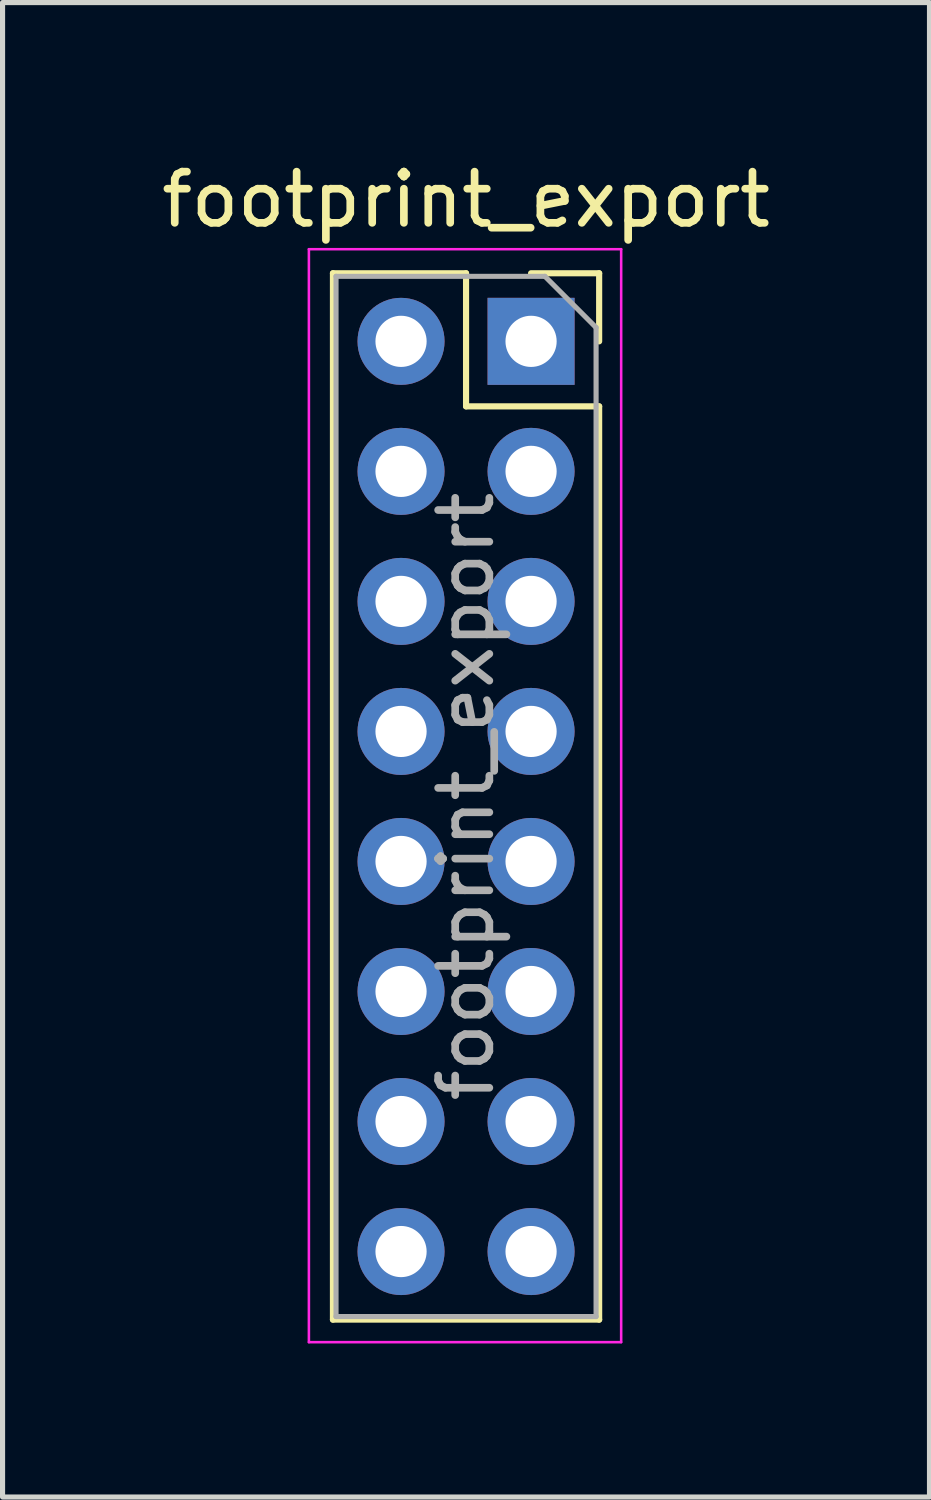
<source format=kicad_pcb>
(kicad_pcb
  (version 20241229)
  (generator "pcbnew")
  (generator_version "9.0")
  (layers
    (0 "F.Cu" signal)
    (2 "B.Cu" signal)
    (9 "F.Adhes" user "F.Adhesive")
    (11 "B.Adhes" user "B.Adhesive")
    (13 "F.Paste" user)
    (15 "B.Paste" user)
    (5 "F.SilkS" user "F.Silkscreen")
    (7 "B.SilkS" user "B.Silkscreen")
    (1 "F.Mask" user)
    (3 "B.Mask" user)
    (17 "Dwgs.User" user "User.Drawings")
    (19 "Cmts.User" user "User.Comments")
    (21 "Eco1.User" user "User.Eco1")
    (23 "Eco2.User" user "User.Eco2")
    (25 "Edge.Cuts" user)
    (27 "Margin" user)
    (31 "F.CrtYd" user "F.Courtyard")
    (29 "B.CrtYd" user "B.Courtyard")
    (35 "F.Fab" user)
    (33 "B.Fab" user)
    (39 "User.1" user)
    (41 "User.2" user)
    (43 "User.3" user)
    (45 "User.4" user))
  (footprint "footprint_export"
    (layer "F.Cu")
    (at 7.324 3.618)
    (property "Reference" "footprint_export" (at -1.27 -2.77 0) (layer "F.SilkS") (effects (font (size 1 1) (thickness 0.15))))
    (attr through_hole)
    (fp_line (start -3.87 -1.33) (end -3.87 19.11) (stroke (width 0.12) (type solid)) (layer "F.SilkS"))
    (fp_line (start -3.87 -1.33) (end -1.27 -1.33) (stroke (width 0.12) (type solid)) (layer "F.SilkS"))
    (fp_line (start -3.87 19.11) (end 1.33 19.11) (stroke (width 0.12) (type solid)) (layer "F.SilkS"))
    (fp_line (start -1.27 -1.33) (end -1.27 1.27) (stroke (width 0.12) (type solid)) (layer "F.SilkS"))
    (fp_line (start -1.27 1.27) (end 1.33 1.27) (stroke (width 0.12) (type solid)) (layer "F.SilkS"))
    (fp_line (start 0 -1.33) (end 1.33 -1.33) (stroke (width 0.12) (type solid)) (layer "F.SilkS"))
    (fp_line (start 1.33 -1.33) (end 1.33 0) (stroke (width 0.12) (type solid)) (layer "F.SilkS"))
    (fp_line (start 1.33 1.27) (end 1.33 19.11) (stroke (width 0.12) (type solid)) (layer "F.SilkS"))
    (fp_line (start -4.34 -1.8) (end 1.76 -1.8) (stroke (width 0.05) (type solid)) (layer "F.CrtYd"))
    (fp_line (start -4.34 19.55) (end -4.34 -1.8) (stroke (width 0.05) (type solid)) (layer "F.CrtYd"))
    (fp_line (start 1.76 -1.8) (end 1.76 19.55) (stroke (width 0.05) (type solid)) (layer "F.CrtYd"))
    (fp_line (start 1.76 19.55) (end -4.34 19.55) (stroke (width 0.05) (type solid)) (layer "F.CrtYd"))
    (fp_line (start -3.81 -1.27) (end 0.27 -1.27) (stroke (width 0.1) (type solid)) (layer "F.Fab"))
    (fp_line (start -3.81 19.05) (end -3.81 -1.27) (stroke (width 0.1) (type solid)) (layer "F.Fab"))
    (fp_line (start 0.27 -1.27) (end 1.27 -0.27) (stroke (width 0.1) (type solid)) (layer "F.Fab"))
    (fp_line (start 1.27 -0.27) (end 1.27 19.05) (stroke (width 0.1) (type solid)) (layer "F.Fab"))
    (fp_line (start 1.27 19.05) (end -3.81 19.05) (stroke (width 0.1) (type solid)) (layer "F.Fab"))
    (fp_text user "${REFERENCE}" (at -1.27 8.89 90) (layer "F.Fab") (effects (font (size 1 1) (thickness 0.15))))
    (pad "1" thru_hole rect (at 0 0) (size 1.7 1.7) (drill 1) (layers "*.Cu" "*.Mask"))
    (pad "2" thru_hole oval (at -2.54 0) (size 1.7 1.7) (drill 1) (layers "*.Cu" "*.Mask"))
    (pad "3" thru_hole oval (at 0 2.54) (size 1.7 1.7) (drill 1) (layers "*.Cu" "*.Mask"))
    (pad "4" thru_hole oval (at -2.54 2.54) (size 1.7 1.7) (drill 1) (layers "*.Cu" "*.Mask"))
    (pad "5" thru_hole oval (at 0 5.08) (size 1.7 1.7) (drill 1) (layers "*.Cu" "*.Mask"))
    (pad "6" thru_hole oval (at -2.54 5.08) (size 1.7 1.7) (drill 1) (layers "*.Cu" "*.Mask"))
    (pad "7" thru_hole oval (at 0 7.62) (size 1.7 1.7) (drill 1) (layers "*.Cu" "*.Mask"))
    (pad "8" thru_hole oval (at -2.54 7.62) (size 1.7 1.7) (drill 1) (layers "*.Cu" "*.Mask"))
    (pad "9" thru_hole oval (at 0 10.16) (size 1.7 1.7) (drill 1) (layers "*.Cu" "*.Mask"))
    (pad "10" thru_hole oval (at -2.54 10.16) (size 1.7 1.7) (drill 1) (layers "*.Cu" "*.Mask"))
    (pad "11" thru_hole oval (at 0 12.7) (size 1.7 1.7) (drill 1) (layers "*.Cu" "*.Mask"))
    (pad "12" thru_hole oval (at -2.54 12.7) (size 1.7 1.7) (drill 1) (layers "*.Cu" "*.Mask"))
    (pad "13" thru_hole oval (at 0 15.24) (size 1.7 1.7) (drill 1) (layers "*.Cu" "*.Mask"))
    (pad "14" thru_hole oval (at -2.54 15.24) (size 1.7 1.7) (drill 1) (layers "*.Cu" "*.Mask"))
    (pad "15" thru_hole oval (at 0 17.78) (size 1.7 1.7) (drill 1) (layers "*.Cu" "*.Mask"))
    (pad "16" thru_hole oval (at -2.54 17.78) (size 1.7 1.7) (drill 1) (layers "*.Cu" "*.Mask")))
  (gr_rect
    (start -3 -3)
    (end 15.107 26.193)
    (stroke (width 0.1) (type default))
    (fill no)
    (layer "Edge.Cuts")))
</source>
